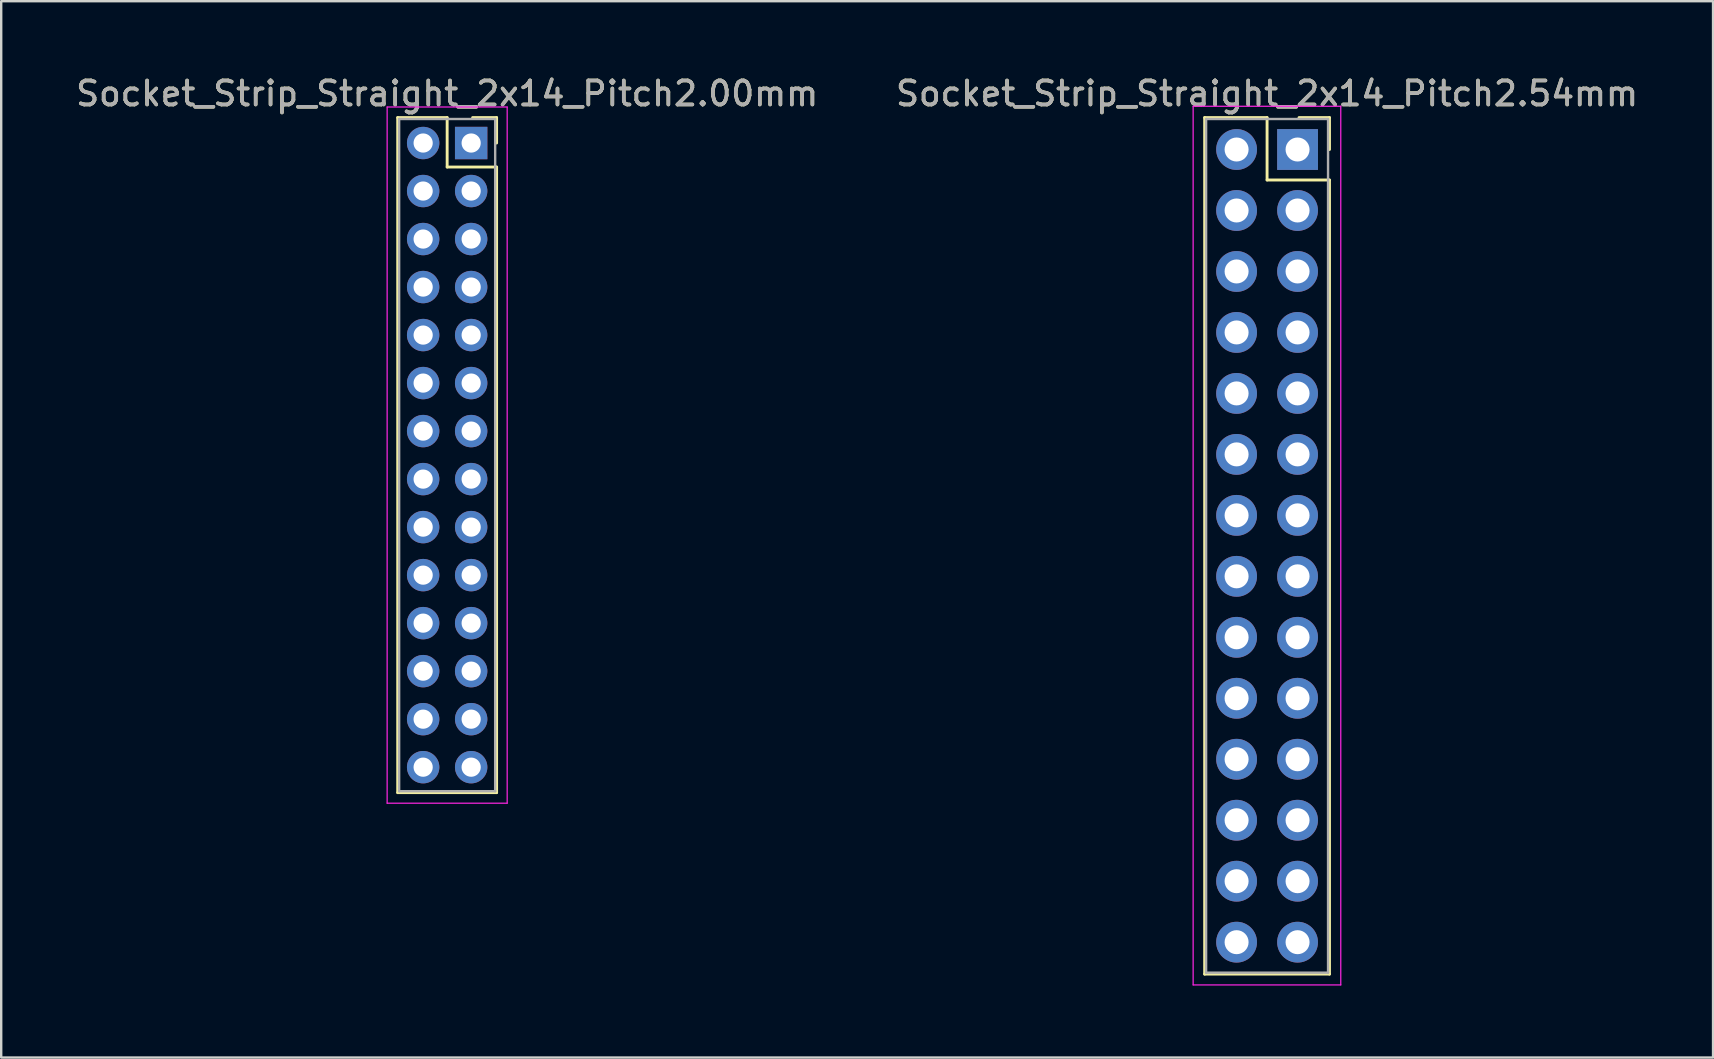
<source format=kicad_pcb>
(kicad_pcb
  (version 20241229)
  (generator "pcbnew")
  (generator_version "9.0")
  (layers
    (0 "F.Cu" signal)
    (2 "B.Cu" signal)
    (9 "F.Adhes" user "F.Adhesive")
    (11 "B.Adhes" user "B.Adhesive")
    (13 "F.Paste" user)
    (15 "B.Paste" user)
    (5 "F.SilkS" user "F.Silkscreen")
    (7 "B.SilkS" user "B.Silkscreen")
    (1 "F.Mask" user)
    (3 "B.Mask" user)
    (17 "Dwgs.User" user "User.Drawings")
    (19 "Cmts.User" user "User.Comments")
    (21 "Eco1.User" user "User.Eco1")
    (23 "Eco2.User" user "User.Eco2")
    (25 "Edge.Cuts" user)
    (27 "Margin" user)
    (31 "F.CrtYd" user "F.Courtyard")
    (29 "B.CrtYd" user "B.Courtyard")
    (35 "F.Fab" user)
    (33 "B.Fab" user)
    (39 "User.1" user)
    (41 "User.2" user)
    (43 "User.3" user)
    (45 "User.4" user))
  (footprint "Socket_Strip_Straight_2x14_Pitch2.00mm"
    (layer "F.Cu")
    (at 16.577 2.908)
    (property "Reference" "Socket_Strip_Straight_2x14_Pitch2.00mm" (at -1 -2.06 0) (layer "F.SilkS") (effects (font (size 1 1) (thickness 0.15))))
    (attr through_hole)
    (fp_line (start -3.06 -1.06) (end -1 -1.06) (stroke (width 0.12) (type solid)) (layer "F.SilkS"))
    (fp_line (start -3.06 27.06) (end -3.06 -1.06) (stroke (width 0.12) (type solid)) (layer "F.SilkS"))
    (fp_line (start -1 -1.06) (end -1 1) (stroke (width 0.12) (type solid)) (layer "F.SilkS"))
    (fp_line (start -1 1) (end 1.06 1) (stroke (width 0.12) (type solid)) (layer "F.SilkS"))
    (fp_line (start 1.06 -1.06) (end 0.06 -1.06) (stroke (width 0.12) (type solid)) (layer "F.SilkS"))
    (fp_line (start 1.06 0) (end 1.06 -1.06) (stroke (width 0.12) (type solid)) (layer "F.SilkS"))
    (fp_line (start 1.06 1) (end 1.06 27.06) (stroke (width 0.12) (type solid)) (layer "F.SilkS"))
    (fp_line (start 1.06 27.06) (end -3.06 27.06) (stroke (width 0.12) (type solid)) (layer "F.SilkS"))
    (fp_line (start -3.5 -1.5) (end -3.5 27.5) (stroke (width 0.05) (type solid)) (layer "F.CrtYd"))
    (fp_line (start -3.5 27.5) (end 1.5 27.5) (stroke (width 0.05) (type solid)) (layer "F.CrtYd"))
    (fp_line (start 1.5 -1.5) (end -3.5 -1.5) (stroke (width 0.05) (type solid)) (layer "F.CrtYd"))
    (fp_line (start 1.5 27.5) (end 1.5 -1.5) (stroke (width 0.05) (type solid)) (layer "F.CrtYd"))
    (fp_line (start -3 -1) (end -3 27) (stroke (width 0.1) (type solid)) (layer "F.Fab"))
    (fp_line (start -3 27) (end 1 27) (stroke (width 0.1) (type solid)) (layer "F.Fab"))
    (fp_line (start 1 -1) (end -3 -1) (stroke (width 0.1) (type solid)) (layer "F.Fab"))
    (fp_line (start 1 27) (end 1 -1) (stroke (width 0.1) (type solid)) (layer "F.Fab"))
    (fp_text user "${REFERENCE}" (at -1 -2.06 0) (layer "F.Fab") (effects (font (size 1 1) (thickness 0.15))))
    (pad "1" thru_hole rect (at 0 0) (size 1.35 1.35) (drill 0.8) (layers "*.Cu" "*.Mask"))
    (pad "2" thru_hole oval (at -2 0) (size 1.35 1.35) (drill 0.8) (layers "*.Cu" "*.Mask"))
    (pad "3" thru_hole oval (at 0 2) (size 1.35 1.35) (drill 0.8) (layers "*.Cu" "*.Mask"))
    (pad "4" thru_hole oval (at -2 2) (size 1.35 1.35) (drill 0.8) (layers "*.Cu" "*.Mask"))
    (pad "5" thru_hole oval (at 0 4) (size 1.35 1.35) (drill 0.8) (layers "*.Cu" "*.Mask"))
    (pad "6" thru_hole oval (at -2 4) (size 1.35 1.35) (drill 0.8) (layers "*.Cu" "*.Mask"))
    (pad "7" thru_hole oval (at 0 6) (size 1.35 1.35) (drill 0.8) (layers "*.Cu" "*.Mask"))
    (pad "8" thru_hole oval (at -2 6) (size 1.35 1.35) (drill 0.8) (layers "*.Cu" "*.Mask"))
    (pad "9" thru_hole oval (at 0 8) (size 1.35 1.35) (drill 0.8) (layers "*.Cu" "*.Mask"))
    (pad "10" thru_hole oval (at -2 8) (size 1.35 1.35) (drill 0.8) (layers "*.Cu" "*.Mask"))
    (pad "11" thru_hole oval (at 0 10) (size 1.35 1.35) (drill 0.8) (layers "*.Cu" "*.Mask"))
    (pad "12" thru_hole oval (at -2 10) (size 1.35 1.35) (drill 0.8) (layers "*.Cu" "*.Mask"))
    (pad "13" thru_hole oval (at 0 12) (size 1.35 1.35) (drill 0.8) (layers "*.Cu" "*.Mask"))
    (pad "14" thru_hole oval (at -2 12) (size 1.35 1.35) (drill 0.8) (layers "*.Cu" "*.Mask"))
    (pad "15" thru_hole oval (at 0 14) (size 1.35 1.35) (drill 0.8) (layers "*.Cu" "*.Mask"))
    (pad "16" thru_hole oval (at -2 14) (size 1.35 1.35) (drill 0.8) (layers "*.Cu" "*.Mask"))
    (pad "17" thru_hole oval (at 0 16) (size 1.35 1.35) (drill 0.8) (layers "*.Cu" "*.Mask"))
    (pad "18" thru_hole oval (at -2 16) (size 1.35 1.35) (drill 0.8) (layers "*.Cu" "*.Mask"))
    (pad "19" thru_hole oval (at 0 18) (size 1.35 1.35) (drill 0.8) (layers "*.Cu" "*.Mask"))
    (pad "20" thru_hole oval (at -2 18) (size 1.35 1.35) (drill 0.8) (layers "*.Cu" "*.Mask"))
    (pad "21" thru_hole oval (at 0 20) (size 1.35 1.35) (drill 0.8) (layers "*.Cu" "*.Mask"))
    (pad "22" thru_hole oval (at -2 20) (size 1.35 1.35) (drill 0.8) (layers "*.Cu" "*.Mask"))
    (pad "23" thru_hole oval (at 0 22) (size 1.35 1.35) (drill 0.8) (layers "*.Cu" "*.Mask"))
    (pad "24" thru_hole oval (at -2 22) (size 1.35 1.35) (drill 0.8) (layers "*.Cu" "*.Mask"))
    (pad "25" thru_hole oval (at 0 24) (size 1.35 1.35) (drill 0.8) (layers "*.Cu" "*.Mask"))
    (pad "26" thru_hole oval (at -2 24) (size 1.35 1.35) (drill 0.8) (layers "*.Cu" "*.Mask"))
    (pad "27" thru_hole oval (at 0 26) (size 1.35 1.35) (drill 0.8) (layers "*.Cu" "*.Mask"))
    (pad "28" thru_hole oval (at -2 26) (size 1.35 1.35) (drill 0.8) (layers "*.Cu" "*.Mask")))
  (footprint "Socket_Strip_Straight_2x14_Pitch2.54mm"
    (layer "F.Cu")
    (at 51.002 3.178)
    (property "Reference" "Socket_Strip_Straight_2x14_Pitch2.54mm" (at -1.27 -2.33 0) (layer "F.SilkS") (effects (font (size 1 1) (thickness 0.15))))
    (attr through_hole)
    (fp_line (start -3.87 -1.33) (end -1.27 -1.33) (stroke (width 0.12) (type solid)) (layer "F.SilkS"))
    (fp_line (start -3.87 34.35) (end -3.87 -1.33) (stroke (width 0.12) (type solid)) (layer "F.SilkS"))
    (fp_line (start -1.27 -1.33) (end -1.27 1.27) (stroke (width 0.12) (type solid)) (layer "F.SilkS"))
    (fp_line (start -1.27 1.27) (end 1.33 1.27) (stroke (width 0.12) (type solid)) (layer "F.SilkS"))
    (fp_line (start 1.33 -1.33) (end 0.06 -1.33) (stroke (width 0.12) (type solid)) (layer "F.SilkS"))
    (fp_line (start 1.33 0) (end 1.33 -1.33) (stroke (width 0.12) (type solid)) (layer "F.SilkS"))
    (fp_line (start 1.33 1.27) (end 1.33 34.35) (stroke (width 0.12) (type solid)) (layer "F.SilkS"))
    (fp_line (start 1.33 34.35) (end -3.87 34.35) (stroke (width 0.12) (type solid)) (layer "F.SilkS"))
    (fp_line (start -4.35 -1.8) (end -4.35 34.8) (stroke (width 0.05) (type solid)) (layer "F.CrtYd"))
    (fp_line (start -4.35 34.8) (end 1.8 34.8) (stroke (width 0.05) (type solid)) (layer "F.CrtYd"))
    (fp_line (start 1.8 -1.8) (end -4.35 -1.8) (stroke (width 0.05) (type solid)) (layer "F.CrtYd"))
    (fp_line (start 1.8 34.8) (end 1.8 -1.8) (stroke (width 0.05) (type solid)) (layer "F.CrtYd"))
    (fp_line (start -3.81 -1.27) (end -3.81 34.29) (stroke (width 0.1) (type solid)) (layer "F.Fab"))
    (fp_line (start -3.81 34.29) (end 1.27 34.29) (stroke (width 0.1) (type solid)) (layer "F.Fab"))
    (fp_line (start 1.27 -1.27) (end -3.81 -1.27) (stroke (width 0.1) (type solid)) (layer "F.Fab"))
    (fp_line (start 1.27 34.29) (end 1.27 -1.27) (stroke (width 0.1) (type solid)) (layer "F.Fab"))
    (fp_text user "${REFERENCE}" (at -1.27 -2.33 0) (layer "F.Fab") (effects (font (size 1 1) (thickness 0.15))))
    (pad "1" thru_hole rect (at 0 0) (size 1.7 1.7) (drill 1) (layers "*.Cu" "*.Mask"))
    (pad "2" thru_hole oval (at -2.54 0) (size 1.7 1.7) (drill 1) (layers "*.Cu" "*.Mask"))
    (pad "3" thru_hole oval (at 0 2.54) (size 1.7 1.7) (drill 1) (layers "*.Cu" "*.Mask"))
    (pad "4" thru_hole oval (at -2.54 2.54) (size 1.7 1.7) (drill 1) (layers "*.Cu" "*.Mask"))
    (pad "5" thru_hole oval (at 0 5.08) (size 1.7 1.7) (drill 1) (layers "*.Cu" "*.Mask"))
    (pad "6" thru_hole oval (at -2.54 5.08) (size 1.7 1.7) (drill 1) (layers "*.Cu" "*.Mask"))
    (pad "7" thru_hole oval (at 0 7.62) (size 1.7 1.7) (drill 1) (layers "*.Cu" "*.Mask"))
    (pad "8" thru_hole oval (at -2.54 7.62) (size 1.7 1.7) (drill 1) (layers "*.Cu" "*.Mask"))
    (pad "9" thru_hole oval (at 0 10.16) (size 1.7 1.7) (drill 1) (layers "*.Cu" "*.Mask"))
    (pad "10" thru_hole oval (at -2.54 10.16) (size 1.7 1.7) (drill 1) (layers "*.Cu" "*.Mask"))
    (pad "11" thru_hole oval (at 0 12.7) (size 1.7 1.7) (drill 1) (layers "*.Cu" "*.Mask"))
    (pad "12" thru_hole oval (at -2.54 12.7) (size 1.7 1.7) (drill 1) (layers "*.Cu" "*.Mask"))
    (pad "13" thru_hole oval (at 0 15.24) (size 1.7 1.7) (drill 1) (layers "*.Cu" "*.Mask"))
    (pad "14" thru_hole oval (at -2.54 15.24) (size 1.7 1.7) (drill 1) (layers "*.Cu" "*.Mask"))
    (pad "15" thru_hole oval (at 0 17.78) (size 1.7 1.7) (drill 1) (layers "*.Cu" "*.Mask"))
    (pad "16" thru_hole oval (at -2.54 17.78) (size 1.7 1.7) (drill 1) (layers "*.Cu" "*.Mask"))
    (pad "17" thru_hole oval (at 0 20.32) (size 1.7 1.7) (drill 1) (layers "*.Cu" "*.Mask"))
    (pad "18" thru_hole oval (at -2.54 20.32) (size 1.7 1.7) (drill 1) (layers "*.Cu" "*.Mask"))
    (pad "19" thru_hole oval (at 0 22.86) (size 1.7 1.7) (drill 1) (layers "*.Cu" "*.Mask"))
    (pad "20" thru_hole oval (at -2.54 22.86) (size 1.7 1.7) (drill 1) (layers "*.Cu" "*.Mask"))
    (pad "21" thru_hole oval (at 0 25.4) (size 1.7 1.7) (drill 1) (layers "*.Cu" "*.Mask"))
    (pad "22" thru_hole oval (at -2.54 25.4) (size 1.7 1.7) (drill 1) (layers "*.Cu" "*.Mask"))
    (pad "23" thru_hole oval (at 0 27.94) (size 1.7 1.7) (drill 1) (layers "*.Cu" "*.Mask"))
    (pad "24" thru_hole oval (at -2.54 27.94) (size 1.7 1.7) (drill 1) (layers "*.Cu" "*.Mask"))
    (pad "25" thru_hole oval (at 0 30.48) (size 1.7 1.7) (drill 1) (layers "*.Cu" "*.Mask"))
    (pad "26" thru_hole oval (at -2.54 30.48) (size 1.7 1.7) (drill 1) (layers "*.Cu" "*.Mask"))
    (pad "27" thru_hole oval (at 0 33.02) (size 1.7 1.7) (drill 1) (layers "*.Cu" "*.Mask"))
    (pad "28" thru_hole oval (at -2.54 33.02) (size 1.7 1.7) (drill 1) (layers "*.Cu" "*.Mask")))
  (gr_rect
    (start -3 -3)
    (end 68.31 41.003)
    (stroke (width 0.1) (type default))
    (fill no)
    (layer "Edge.Cuts")))
</source>
